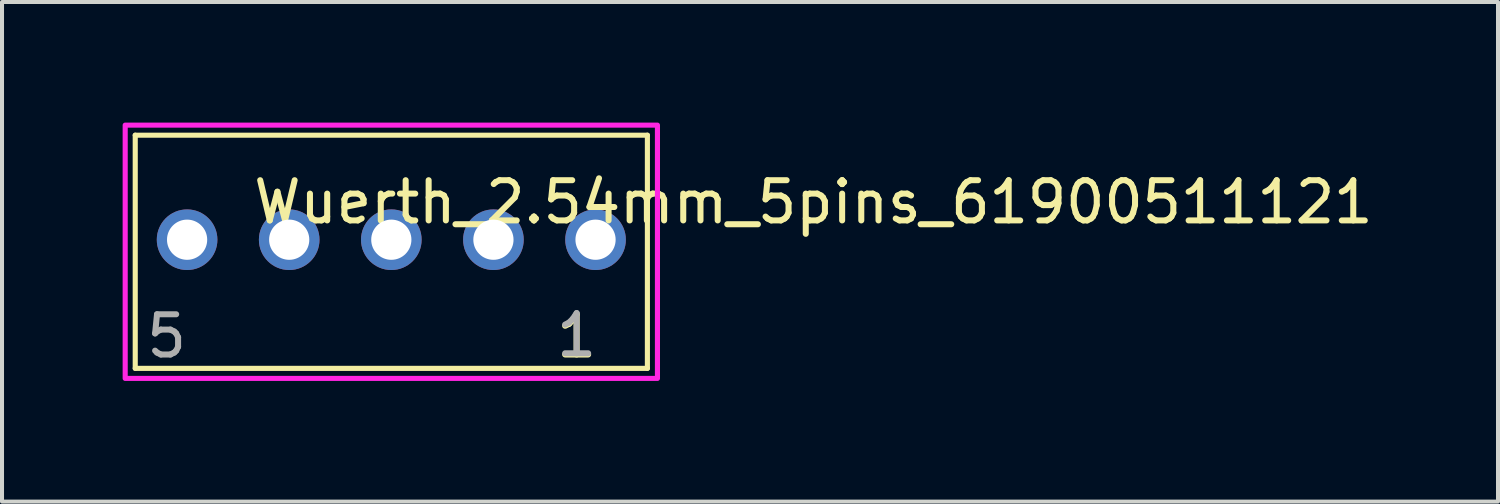
<source format=kicad_pcb>
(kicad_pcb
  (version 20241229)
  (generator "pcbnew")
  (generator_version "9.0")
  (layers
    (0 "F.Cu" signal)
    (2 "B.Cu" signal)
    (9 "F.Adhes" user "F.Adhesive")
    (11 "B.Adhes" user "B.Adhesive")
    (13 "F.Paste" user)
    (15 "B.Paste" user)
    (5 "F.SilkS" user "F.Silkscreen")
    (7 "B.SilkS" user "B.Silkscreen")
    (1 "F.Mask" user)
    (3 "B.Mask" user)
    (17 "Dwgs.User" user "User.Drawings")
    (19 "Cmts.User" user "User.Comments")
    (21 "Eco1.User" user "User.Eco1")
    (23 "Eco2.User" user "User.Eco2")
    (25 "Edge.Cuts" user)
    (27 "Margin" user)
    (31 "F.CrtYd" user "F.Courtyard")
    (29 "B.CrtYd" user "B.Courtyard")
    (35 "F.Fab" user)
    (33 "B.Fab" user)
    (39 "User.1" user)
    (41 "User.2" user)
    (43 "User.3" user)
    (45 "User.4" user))
  (footprint "Wuerth_2.54mm_5pins_61900511121"
    (layer "F.Cu")
    (at 6.684 2.913)
    (property "Reference" "Wuerth_2.54mm_5pins_61900511121" (at 10.5 -0.935 0) (layer "F.SilkS") (effects (font (size 1 1) (thickness 0.15))))
    (attr through_hole)
    (fp_line (start -6.37 -2.6) (end 6.37 -2.6) (stroke (width 0.127) (type solid)) (layer "F.SilkS"))
    (fp_line (start -6.37 3.2) (end -6.37 -2.6) (stroke (width 0.127) (type solid)) (layer "F.SilkS"))
    (fp_line (start 6.37 -2.6) (end 6.37 3.2) (stroke (width 0.127) (type solid)) (layer "F.SilkS"))
    (fp_line (start 6.37 3.2) (end -6.37 3.2) (stroke (width 0.127) (type solid)) (layer "F.SilkS"))
    (fp_poly (pts (xy -6.62 -2.85) (xy 6.62 -2.85) (xy 6.62 3.45) (xy -6.62 3.45)) (stroke (width 0.127) (type solid)) (fill no) (layer "F.CrtYd"))
    (fp_text user "1" (at 4.61 2.4 0) (layer "F.SilkS") (effects (font (size 1 1) (thickness 0.15))))
    (fp_text user "5" (at -5.59 2.4 0) (layer "F.Fab") (effects (font (size 1 1) (thickness 0.15))))
    (fp_text user "1" (at 4.61 2.37 0) (layer "F.Fab") (effects (font (size 1 1) (thickness 0.15))))
    (pad "1" thru_hole circle (at 5.08 0) (size 1.508 1.508) (drill 1) (layers "*.Cu" "*.Mask"))
    (pad "2" thru_hole circle (at 2.54 0) (size 1.508 1.508) (drill 1) (layers "*.Cu" "*.Mask"))
    (pad "3" thru_hole circle (at 0 0) (size 1.508 1.508) (drill 1) (layers "*.Cu" "*.Mask"))
    (pad "4" thru_hole circle (at -2.54 0) (size 1.508 1.508) (drill 1) (layers "*.Cu" "*.Mask"))
    (pad "5" thru_hole circle (at -5.08 0) (size 1.508 1.508) (drill 1) (layers "*.Cu" "*.Mask")))
  (gr_rect
    (start -3 -3)
    (end 34.213 9.427)
    (stroke (width 0.1) (type default))
    (fill no)
    (layer "Edge.Cuts")))
</source>
